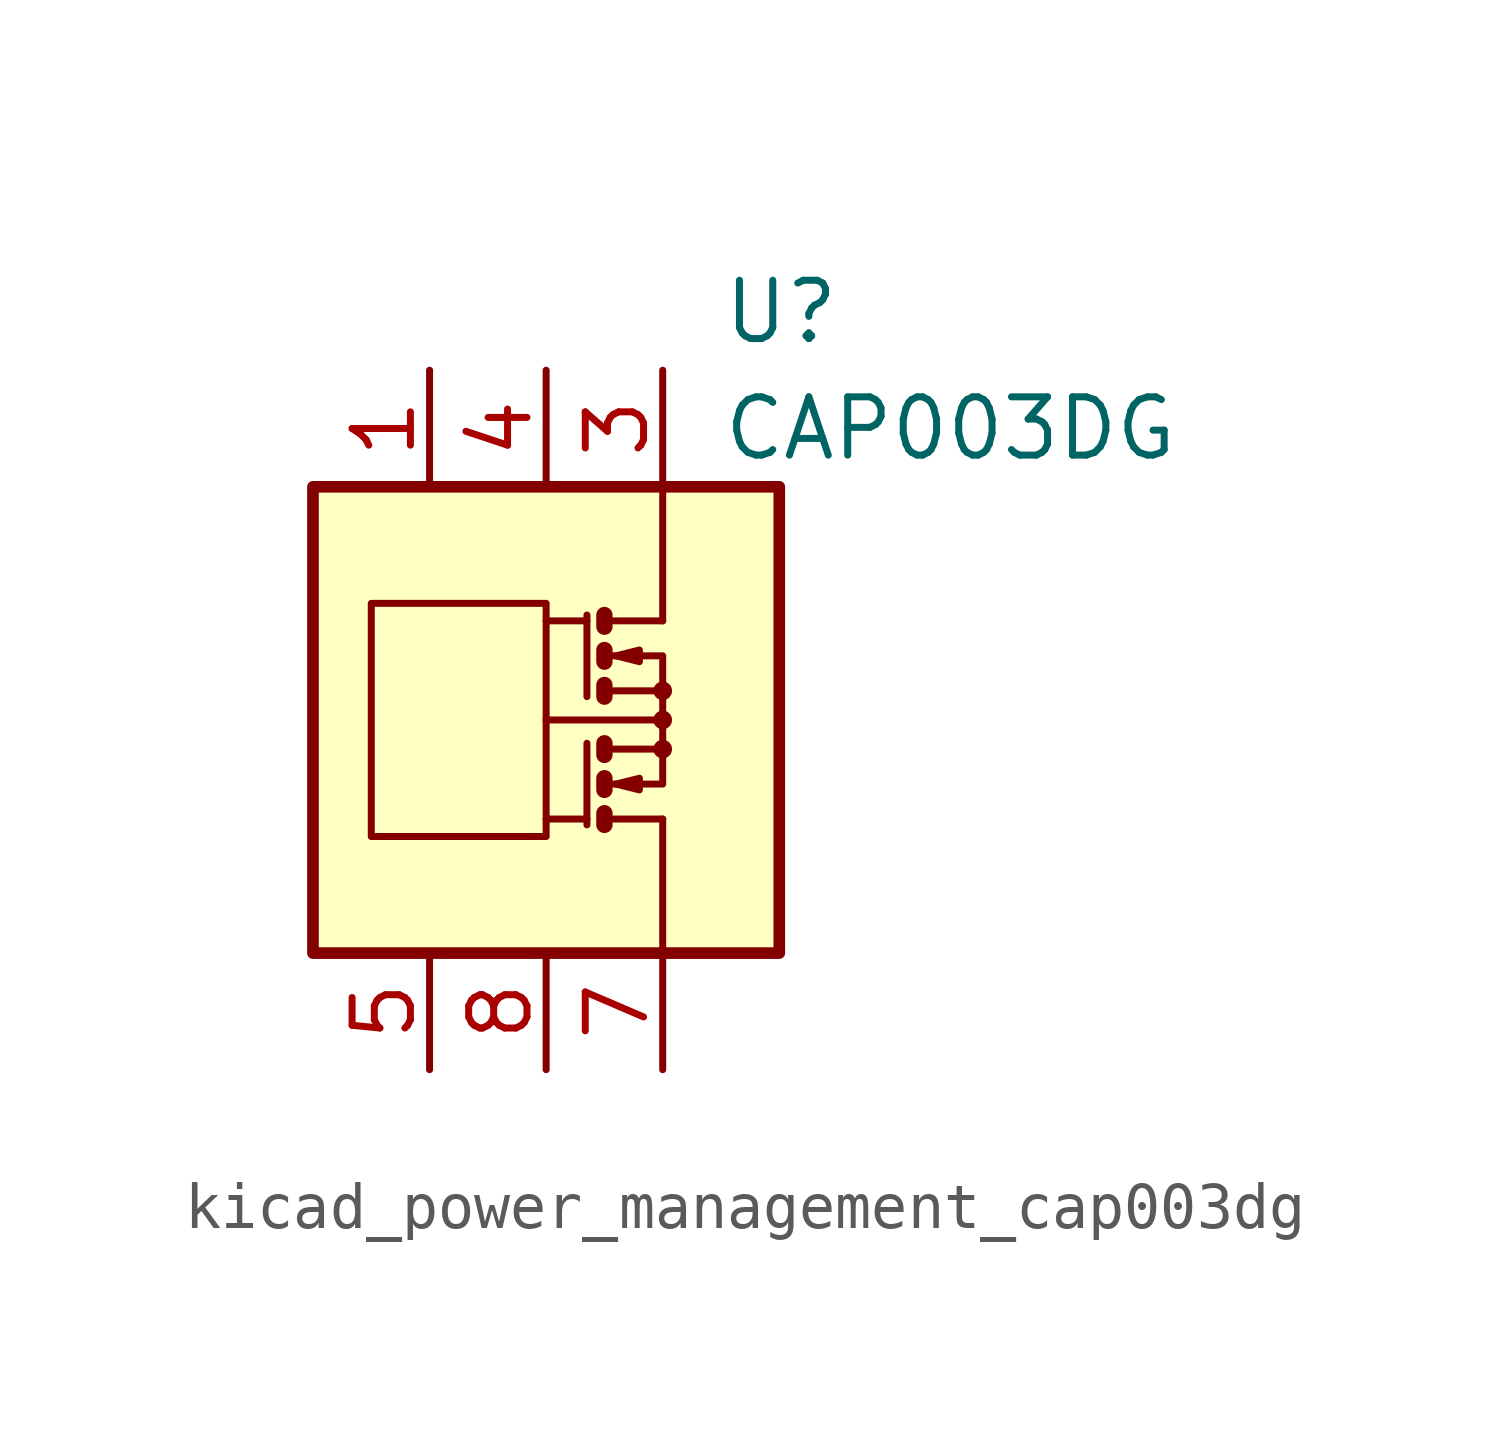
<source format=kicad_sym>
(kicad_symbol_lib
  (version 20220914)
  (generator kicad_symbol_editor)
  (symbol "kicad_power_management_cap003dg"
    (pin_names
      (offset 1.27))
    (property "Reference" "U"
      (at 3.81 8.89 0)
      (effects (font (size 1.27 1.27)) (justify left)))
    (property "Value" "CAP003DG"
      (at 3.81 6.35 0)
      (effects (font (size 1.27 1.27)) (justify left)))
    (symbol "kicad_power_management_cap003dg_0_1"
      (rectangle (start -5.08 5.08) (end 5.08 -5.08) (stroke (width 0.254) (type default)) (fill (type background)))
      (rectangle (start -3.81 2.54) (end 0 -2.54) (stroke (width 0) (type default)) (fill (type none)))
      (polyline (pts (xy 0.889 -2.159) (xy 0 -2.159)) (stroke (width 0) (type default)) (fill (type none)))
      (polyline (pts (xy 0.889 -0.508) (xy 0.889 -2.286)) (stroke (width 0) (type default)) (fill (type none)))
      (polyline (pts (xy 0.889 2.159) (xy 0 2.159)) (stroke (width 0) (type default)) (fill (type none)))
      (polyline (pts (xy 0.889 2.286) (xy 0.889 0.508)) (stroke (width 0) (type default)) (fill (type none)))
      (polyline (pts (xy 1.27 -2.159) (xy 2.54 -2.159)) (stroke (width 0) (type default)) (fill (type none)))
      (polyline (pts (xy 1.27 2.159) (xy 2.54 2.159)) (stroke (width 0) (type default)) (fill (type none)))
      (polyline (pts (xy 2.413 0) (xy 0 0)) (stroke (width 0) (type default)) (fill (type none)))
      (polyline (pts (xy 2.54 -2.159) (xy 2.54 -5.08)) (stroke (width 0) (type default)) (fill (type none)))
      (polyline (pts (xy 1.27 -2.032) (xy 1.27 -2.286) (xy 1.27 -2.286)) (stroke (width 0.356) (type default)) (fill (type none)))
      (polyline (pts (xy 1.27 -1.27) (xy 1.27 -1.524) (xy 1.27 -1.524)) (stroke (width 0.356) (type default)) (fill (type none)))
      (polyline (pts (xy 1.27 0.762) (xy 1.27 0.508) (xy 1.27 0.508)) (stroke (width 0.356) (type default)) (fill (type none)))
      (polyline (pts (xy 1.27 1.524) (xy 1.27 1.27) (xy 1.27 1.27)) (stroke (width 0.356) (type default)) (fill (type none)))
      (polyline (pts (xy 1.27 2.286) (xy 1.27 2.032) (xy 1.27 2.032)) (stroke (width 0.356) (type default)) (fill (type none)))
      (polyline (pts (xy 1.397 -1.397) (xy 2.54 -1.397) (xy 2.54 -0.635)) (stroke (width 0) (type default)) (fill (type none)))
      (polyline (pts (xy 1.397 1.397) (xy 2.54 1.397) (xy 2.54 0.635)) (stroke (width 0) (type default)) (fill (type none)))
      (polyline (pts (xy 2.54 2.159) (xy 2.54 5.08) (xy 2.54 3.175)) (stroke (width 0) (type default)) (fill (type none)))
      (polyline (pts (xy 1.397 -0.635) (xy 2.54 -0.635) (xy 2.54 0.635) (xy 1.397 0.635)) (stroke (width 0) (type default)) (fill (type none)))
      (polyline (pts (xy 1.524 -1.397) (xy 2.032 -1.27) (xy 2.032 -1.524) (xy 1.524 -1.397)) (stroke (width 0) (type default)) (fill (type none)))
      (polyline (pts (xy 1.524 1.397) (xy 2.032 1.524) (xy 2.032 1.27) (xy 1.524 1.397)) (stroke (width 0) (type default)) (fill (type none)))
      (circle (center 2.54 -0.635) (radius 0.127) (stroke (width 0) (type default)) (fill (type none)))
      (circle (center 2.54 0) (radius 0.127) (stroke (width 0) (type default)) (fill (type none)))
      (circle (center 2.54 0.635) (radius 0.127) (stroke (width 0) (type default)) (fill (type none))))
    (symbol "kicad_power_management_cap003dg_1_1"
      (polyline (pts (xy 1.27 -0.508) (xy 1.27 -0.762)) (stroke (width 0.356) (type default)) (fill (type none)))
      (pin passive line (at -2.54 7.62 270) (length 2.54) (name "~" (effects (font (size 1.27 1.27)))) (number "1" (effects (font (size 1.27 1.27)))))
      (pin passive line (at 2.54 7.62 270) (length 2.54) hide (name "~" (effects (font (size 1.27 1.27)))) (number "2" (effects (font (size 1.27 1.27)))))
      (pin passive line (at 2.54 7.62 270) (length 2.54) (name "~" (effects (font (size 1.27 1.27)))) (number "3" (effects (font (size 1.27 1.27)))))
      (pin passive line (at 0 7.62 270) (length 2.54) (name "~" (effects (font (size 1.27 1.27)))) (number "4" (effects (font (size 1.27 1.27)))))
      (pin passive line (at -2.54 -7.62 90) (length 2.54) (name "~" (effects (font (size 1.27 1.27)))) (number "5" (effects (font (size 1.27 1.27)))))
      (pin passive line (at 2.54 -7.62 90) (length 2.54) hide (name "~" (effects (font (size 1.27 1.27)))) (number "6" (effects (font (size 1.27 1.27)))))
      (pin passive line (at 2.54 -7.62 90) (length 2.54) (name "~" (effects (font (size 1.27 1.27)))) (number "7" (effects (font (size 1.27 1.27)))))
      (pin passive line (at 0 -7.62 90) (length 2.54) (name "~" (effects (font (size 1.27 1.27)))) (number "8" (effects (font (size 1.27 1.27))))))))
</source>
